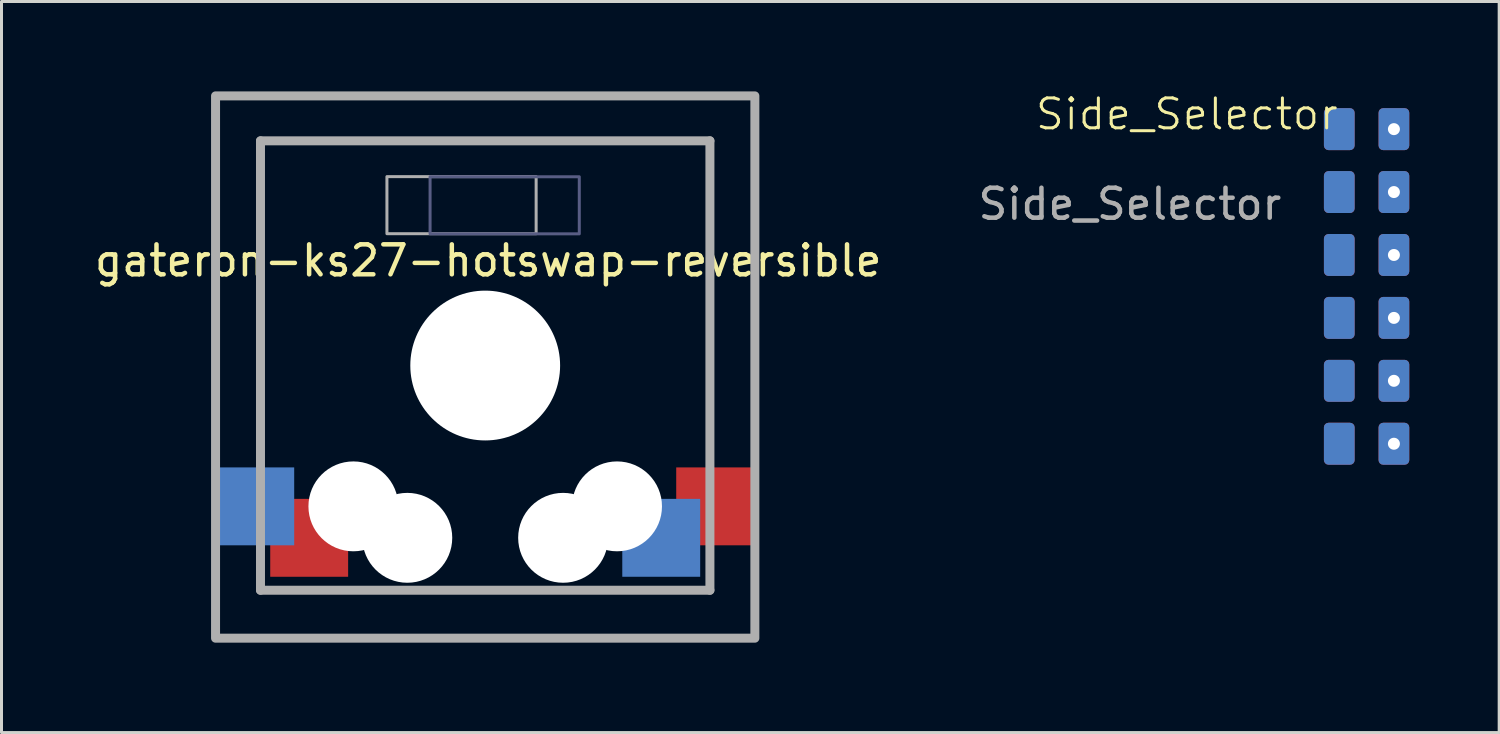
<source format=kicad_pcb>
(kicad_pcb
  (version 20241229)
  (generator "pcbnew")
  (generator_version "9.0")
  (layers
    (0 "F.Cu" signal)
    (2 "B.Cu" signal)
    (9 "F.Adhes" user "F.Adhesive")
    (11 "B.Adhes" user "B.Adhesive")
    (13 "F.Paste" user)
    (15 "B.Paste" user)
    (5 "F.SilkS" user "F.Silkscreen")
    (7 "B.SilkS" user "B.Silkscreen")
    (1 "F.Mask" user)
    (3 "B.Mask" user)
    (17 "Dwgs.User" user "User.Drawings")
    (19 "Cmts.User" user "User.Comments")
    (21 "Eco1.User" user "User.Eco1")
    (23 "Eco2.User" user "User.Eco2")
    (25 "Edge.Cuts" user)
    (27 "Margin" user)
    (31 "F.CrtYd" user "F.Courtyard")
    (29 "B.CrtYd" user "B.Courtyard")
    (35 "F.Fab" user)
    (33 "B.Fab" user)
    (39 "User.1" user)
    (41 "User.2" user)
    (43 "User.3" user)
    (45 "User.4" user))
  (footprint "Side_Selector"
    (layer "F.Cu")
    (at 42.561 1.26)
    (property "Reference" "Side_Selector" (at -6 -0.5 0) (unlocked yes) (layer "F.SilkS") (effects (font (size 1 1) (thickness 0.1))))
    (attr smd)
    (fp_text user "${REFERENCE}" (at -7.9 2.5 0) (unlocked yes) (layer "F.Fab") (effects (font (size 1 1) (thickness 0.15))))
    (pad "1" thru_hole roundrect (at 0.912 0 90) (size 1.4 1.025) (drill 0.4) (layers "*.Cu" "*.Mask") (roundrect_rratio 0.15) (padstack (mode front_inner_back) (layer "Inner" (shape roundrect) (size 1.4 1.025) (roundrect_rratio 0.15)) (layer "B.Cu" (shape roundrect) (size 1.4 1.025) (roundrect_rratio 0.15))))
    (pad "2" thru_hole roundrect (at 0.912 2.1 90) (size 1.4 1.025) (drill 0.4) (layers "*.Cu" "*.Mask") (roundrect_rratio 0.15) (padstack (mode front_inner_back) (layer "Inner" (shape roundrect) (size 1.4 1.025) (roundrect_rratio 0.15)) (layer "B.Cu" (shape roundrect) (size 1.4 1.025) (roundrect_rratio 0.15))))
    (pad "3" thru_hole roundrect (at 0.912 4.2 90) (size 1.4 1.025) (drill 0.4) (layers "*.Cu" "*.Mask") (roundrect_rratio 0.15) (padstack (mode front_inner_back) (layer "Inner" (shape roundrect) (size 1.4 1.025) (roundrect_rratio 0.15)) (layer "B.Cu" (shape roundrect) (size 1.4 1.025) (roundrect_rratio 0.15))))
    (pad "4" thru_hole roundrect (at 0.912 6.3 90) (size 1.4 1.025) (drill 0.4) (layers "*.Cu" "*.Mask") (roundrect_rratio 0.15) (padstack (mode front_inner_back) (layer "Inner" (shape roundrect) (size 1.4 1.025) (roundrect_rratio 0.15)) (layer "B.Cu" (shape roundrect) (size 1.4 1.025) (roundrect_rratio 0.15))))
    (pad "5" thru_hole roundrect (at 0.912 8.4 90) (size 1.4 1.025) (drill 0.4) (layers "*.Cu" "*.Mask") (roundrect_rratio 0.15) (padstack (mode front_inner_back) (layer "Inner" (shape roundrect) (size 1.4 1.025) (roundrect_rratio 0.15)) (layer "B.Cu" (shape roundrect) (size 1.4 1.025) (roundrect_rratio 0.15))))
    (pad "6" thru_hole roundrect (at 0.912 10.5 90) (size 1.4 1.025) (drill 0.4) (layers "*.Cu" "*.Mask") (roundrect_rratio 0.15) (padstack (mode front_inner_back) (layer "Inner" (shape roundrect) (size 1.4 1.025) (roundrect_rratio 0.15)) (layer "B.Cu" (shape roundrect) (size 1.4 1.025) (roundrect_rratio 0.15))))
    (pad "7" smd roundrect (at -0.912 0 90) (size 1.4 1.025) (layers "F.Cu" "F.Mask" "F.Paste") (roundrect_rratio 0.15))
    (pad "8" smd roundrect (at -0.912 2.1 90) (size 1.4 1.025) (layers "F.Cu" "F.Mask" "F.Paste") (roundrect_rratio 0.15))
    (pad "9" smd roundrect (at -0.912 4.2 90) (size 1.4 1.025) (layers "F.Cu" "F.Mask" "F.Paste") (roundrect_rratio 0.15))
    (pad "10" smd roundrect (at -0.912 6.3 90) (size 1.4 1.025) (layers "F.Cu" "F.Mask" "F.Paste") (roundrect_rratio 0.15))
    (pad "11" smd roundrect (at -0.912 8.4 90) (size 1.4 1.025) (layers "F.Cu" "F.Mask" "F.Paste") (roundrect_rratio 0.15))
    (pad "12" smd roundrect (at -0.912 10.5 90) (size 1.4 1.025) (layers "F.Cu" "F.Mask" "F.Paste") (roundrect_rratio 0.15))
    (pad "13" smd roundrect (at -0.912 0 90) (size 1.4 1.025) (layers "B.Cu" "B.Mask" "B.Paste") (roundrect_rratio 0.15))
    (pad "14" smd roundrect (at -0.912 2.1 90) (size 1.4 1.025) (layers "B.Cu" "B.Mask" "B.Paste") (roundrect_rratio 0.15))
    (pad "15" smd roundrect (at -0.912 4.2 90) (size 1.4 1.025) (property pad_prop_testpoint) (layers "B.Cu" "B.Mask" "B.Paste") (roundrect_rratio 0.15))
    (pad "16" smd roundrect (at -0.912 6.3 90) (size 1.4 1.025) (layers "B.Cu" "B.Mask" "B.Paste") (roundrect_rratio 0.15))
    (pad "17" smd roundrect (at -0.912 8.4 90) (size 1.4 1.025) (layers "B.Cu" "B.Mask" "B.Paste") (roundrect_rratio 0.15))
    (pad "18" smd roundrect (at -0.912 10.5 90) (size 1.4 1.025) (property pad_prop_testpoint) (layers "B.Cu" "B.Mask" "B.Paste") (roundrect_rratio 0.15)))
  (footprint "gateron-ks27-hotswap-reversible"
    (layer "F.Cu")
    (at 13.144 9.15)
    (property "Reference" "gateron-ks27-hotswap-reversible" (at 0.1 -3.5 0) (unlocked yes) (layer "F.SilkS") (effects (font (size 1 1) (thickness 0.15))))
    (attr through_hole)
    (fp_line (start -7 -7) (end -7 7) (stroke (width 0.3) (type solid)) (layer "Eco2.User"))
    (fp_line (start -7 7) (end 7 7) (stroke (width 0.3) (type solid)) (layer "Eco2.User"))
    (fp_line (start 7 -7) (end -7 -7) (stroke (width 0.3) (type solid)) (layer "Eco2.User"))
    (fp_line (start 7 7) (end 7 -7) (stroke (width 0.3) (type solid)) (layer "Eco2.User"))
    (fp_rect (start -1.84 -6.3) (end 3.14 -4.395) (stroke (width 0.1) (type solid)) (fill no) (layer "B.Fab"))
    (fp_line (start -7.5 -7.5) (end -7.5 7.5) (stroke (width 0.3) (type solid)) (layer "F.Fab"))
    (fp_line (start -7.5 7.5) (end 7.5 7.5) (stroke (width 0.3) (type solid)) (layer "F.Fab"))
    (fp_line (start 7.5 -7.5) (end -7.5 -7.5) (stroke (width 0.3) (type solid)) (layer "F.Fab"))
    (fp_line (start 7.5 7.5) (end 7.5 -7.5) (stroke (width 0.3) (type solid)) (layer "F.Fab"))
    (fp_rect (start -9 -9) (end 9 9.1) (stroke (width 0.3) (type solid)) (fill no) (layer "F.Fab"))
    (fp_rect (start -3.28 -6.305) (end 1.7 -4.4) (stroke (width 0.1) (type solid)) (fill no) (layer "F.Fab"))
    (fp_poly (pts (xy -7.021 2.49) (xy -3.021 2.5) (xy -1.341 3.3) (xy 5.049 3.3) (xy 5.05 7.911) (xy -1.561 7.919) (xy -3.201 7.02) (xy -7.02 6.999)) (stroke (width 0.1) (type solid)) (fill no) (layer "User.3"))
    (fp_poly (pts (xy 7 2.49) (xy 3 2.5) (xy 1.32 3.3) (xy -5.07 3.3) (xy -5.071 7.911) (xy 1.541 7.919) (xy 3.18 7.02) (xy 6.999 6.999)) (stroke (width 0.1) (type solid)) (fill no) (layer "User.4"))
    (pad "" np_thru_hole circle (at -4.4 4.7) (size 3 3) (drill 3) (layers "*.Cu" "*.Mask"))
    (pad "" np_thru_hole circle (at -2.6 5.75) (size 3 3) (drill 3) (layers "*.Cu" "*.Mask"))
    (pad "" np_thru_hole circle (at 0 0) (size 5 5) (drill 5) (layers "*.Cu" "*.Mask"))
    (pad "" np_thru_hole circle (at 2.6 5.75) (size 3 3) (drill 3) (layers "*.Cu" "*.Mask"))
    (pad "" np_thru_hole circle (at 4.4 4.7) (size 3 3) (drill 3) (layers "*.Cu" "*.Mask"))
    (pad "1" smd rect (at -7.675 4.7) (size 2.6 2.6) (layers "B.Cu" "B.Mask" "B.Paste"))
    (pad "1" smd rect (at -5.875 5.75) (size 2.6 2.6) (layers "F.Cu" "F.Mask" "F.Paste"))
    (pad "2" smd rect (at 5.875 5.75) (size 2.6 2.6) (layers "B.Cu" "B.Mask" "B.Paste"))
    (pad "2" smd rect (at 7.675 4.7) (size 2.6 2.6) (layers "F.Cu" "F.Mask" "F.Paste")))
  (gr_rect
    (start -3 -3)
    (end 46.986 21.4)
    (stroke (width 0.1) (type default))
    (fill no)
    (layer "Edge.Cuts")))
</source>
